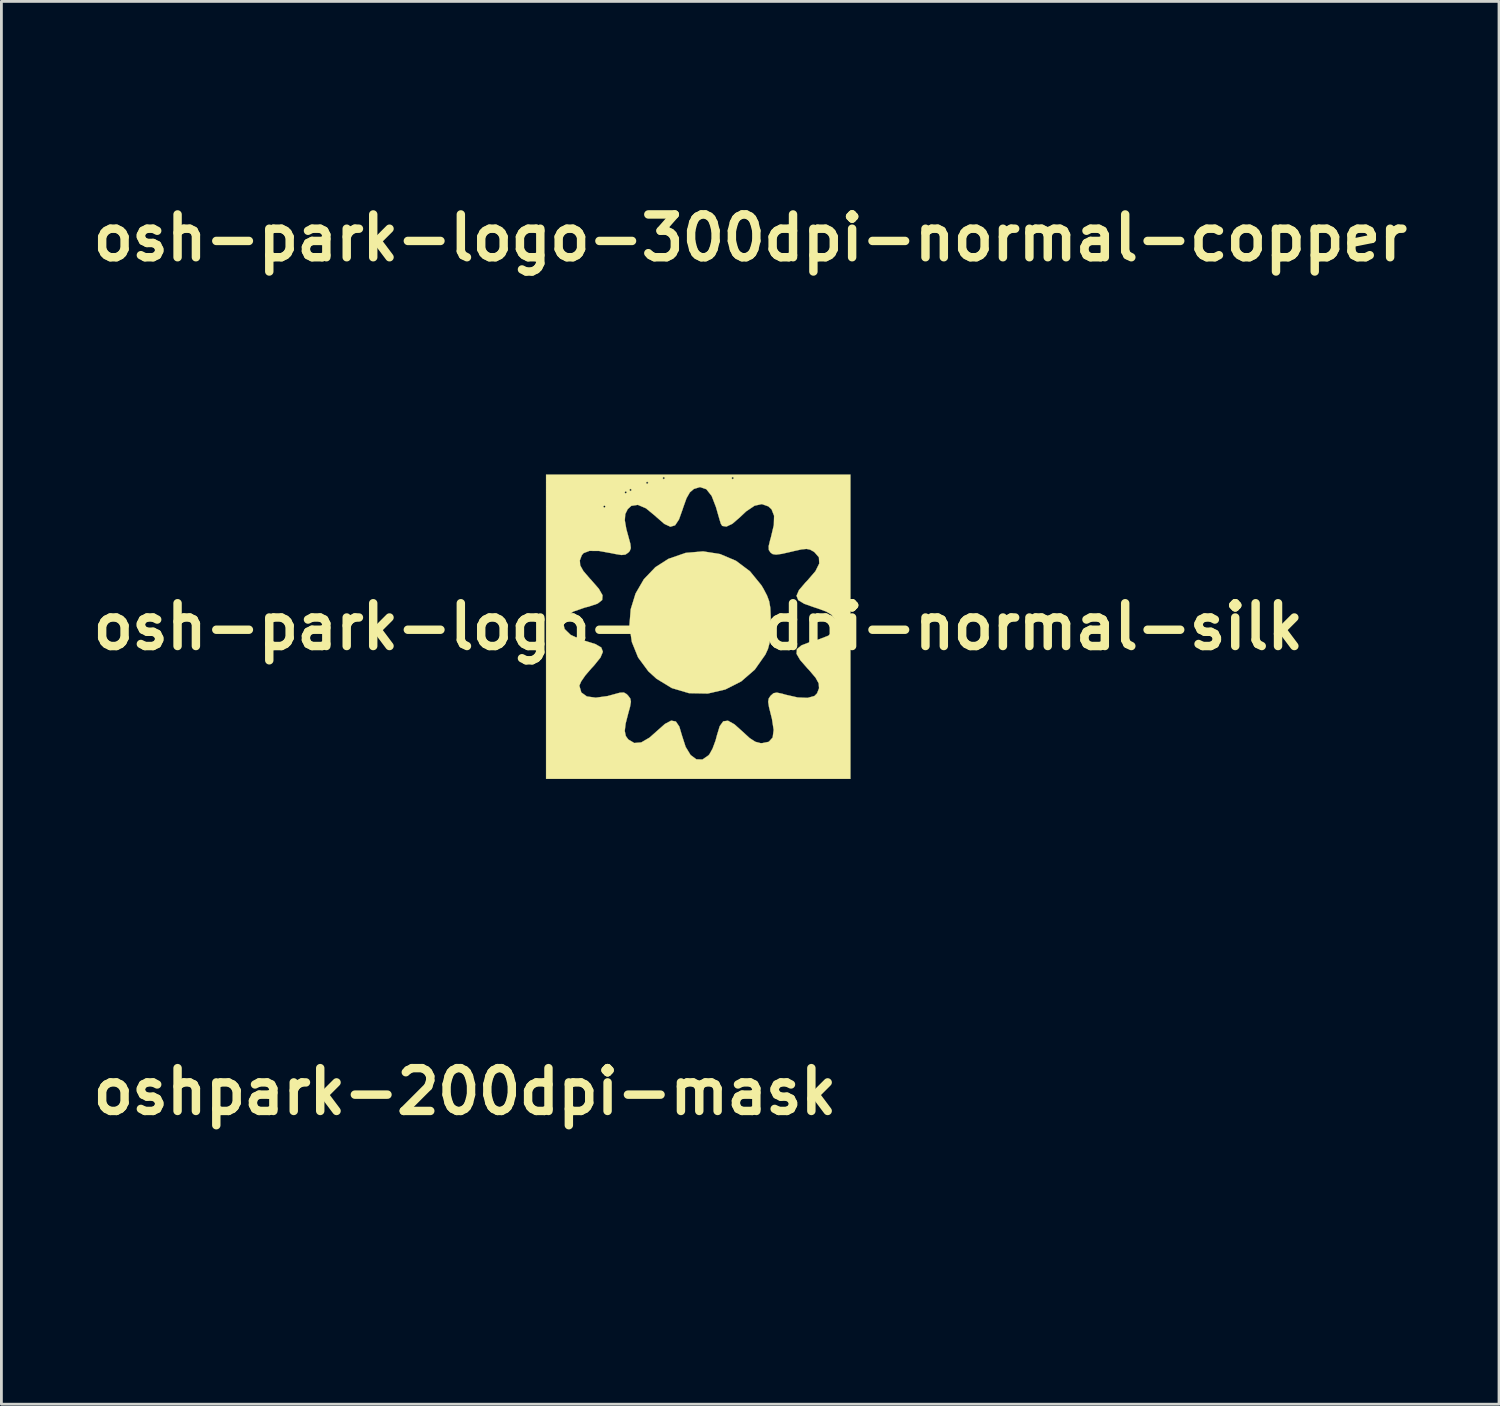
<source format=kicad_pcb>
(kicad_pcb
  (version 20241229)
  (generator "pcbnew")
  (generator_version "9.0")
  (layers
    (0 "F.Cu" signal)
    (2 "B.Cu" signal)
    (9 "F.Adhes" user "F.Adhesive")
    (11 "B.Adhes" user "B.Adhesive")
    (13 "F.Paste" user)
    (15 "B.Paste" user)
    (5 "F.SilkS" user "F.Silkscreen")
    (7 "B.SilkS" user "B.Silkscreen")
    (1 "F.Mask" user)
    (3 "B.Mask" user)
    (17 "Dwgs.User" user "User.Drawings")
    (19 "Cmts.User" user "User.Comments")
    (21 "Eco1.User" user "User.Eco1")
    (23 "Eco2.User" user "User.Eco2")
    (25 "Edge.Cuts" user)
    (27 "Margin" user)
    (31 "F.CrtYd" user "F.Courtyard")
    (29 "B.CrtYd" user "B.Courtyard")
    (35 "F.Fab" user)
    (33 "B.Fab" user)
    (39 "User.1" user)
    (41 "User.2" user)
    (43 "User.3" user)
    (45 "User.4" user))
  (footprint "osh-park-logo-300dpi-normal-silk"
    (layer "F.Cu")
    (at 21.815 19.266)
    (property "Reference" "osh-park-logo-300dpi-normal-silk" (at 0 0 0) (layer "F.SilkS") (effects (font (size 1.524 1.524) (thickness 0.3))))
    (attr through_hole)
    (fp_poly (pts (xy 0.779 -2.585) (xy 1.343 -2.346) (xy 1.842 -1.972) (xy 2.25 -1.472) (xy 2.32 -1.355) (xy 2.448 -1.112) (xy 2.526 -0.904) (xy 2.566 -0.673) (xy 2.58 -0.363) (xy 2.582 -0.127) (xy 2.573 0.279) (xy 2.543 0.57) (xy 2.481 0.797) (xy 2.391 0.993) (xy 2.013 1.531) (xy 1.529 1.95) (xy 0.964 2.237) (xy 0.341 2.381) (xy -0.313 2.369) (xy -0.345 2.364) (xy -0.941 2.187) (xy -1.487 1.854) (xy -1.776 1.591) (xy -2.141 1.097) (xy -2.364 0.547) (xy -2.451 -0.035) (xy -2.405 -0.619) (xy -2.232 -1.18) (xy -1.937 -1.689) (xy -1.524 -2.12) (xy -1.062 -2.415) (xy -0.449 -2.627) (xy 0.173 -2.681) (xy 0.779 -2.585)) (stroke (width 0.01) (type solid)) (fill yes) (layer "F.SilkS"))
    (fp_poly (pts (xy 5.419 5.419) (xy -5.419 5.419) (xy -5.419 -0.135) (xy -4.812 -0.135) (xy -4.758 0.084) (xy -4.548 0.289) (xy -4.183 0.461) (xy -4.022 0.509) (xy -3.66 0.621) (xy -3.453 0.742) (xy -3.396 0.895) (xy -3.483 1.101) (xy -3.71 1.382) (xy -3.81 1.49) (xy -4.019 1.733) (xy -4.17 1.951) (xy -4.233 2.099) (xy -4.233 2.106) (xy -4.164 2.343) (xy -3.966 2.485) (xy -3.65 2.529) (xy -3.231 2.472) (xy -3.034 2.418) (xy -2.791 2.352) (xy -2.648 2.345) (xy -2.548 2.403) (xy -2.497 2.456) (xy -2.42 2.559) (xy -2.398 2.674) (xy -2.429 2.855) (xy -2.49 3.076) (xy -2.587 3.454) (xy -2.617 3.713) (xy -2.58 3.893) (xy -2.492 4.016) (xy -2.278 4.143) (xy -2.029 4.122) (xy -1.734 3.95) (xy -1.484 3.728) (xy -1.186 3.464) (xy -0.963 3.346) (xy -0.797 3.377) (xy -0.674 3.558) (xy -0.582 3.869) (xy -0.449 4.281) (xy -0.273 4.57) (xy -0.069 4.723) (xy 0.148 4.731) (xy 0.363 4.584) (xy 0.402 4.538) (xy 0.512 4.338) (xy 0.618 4.051) (xy 0.666 3.869) (xy 0.765 3.543) (xy 0.89 3.371) (xy 1.059 3.349) (xy 1.287 3.476) (xy 1.569 3.728) (xy 1.831 3.968) (xy 2.033 4.099) (xy 2.216 4.147) (xy 2.269 4.149) (xy 2.512 4.1) (xy 2.65 3.947) (xy 2.686 3.678) (xy 2.625 3.282) (xy 2.594 3.16) (xy 2.519 2.859) (xy 2.491 2.675) (xy 2.51 2.558) (xy 2.574 2.464) (xy 2.582 2.455) (xy 2.681 2.369) (xy 2.799 2.348) (xy 2.994 2.389) (xy 3.108 2.423) (xy 3.542 2.521) (xy 3.893 2.536) (xy 4.138 2.469) (xy 4.23 2.376) (xy 4.302 2.192) (xy 4.289 2.018) (xy 4.179 1.818) (xy 3.956 1.555) (xy 3.887 1.482) (xy 3.629 1.187) (xy 3.501 0.967) (xy 3.513 0.801) (xy 3.671 0.668) (xy 3.984 0.546) (xy 4.258 0.466) (xy 4.632 0.322) (xy 4.845 0.137) (xy 4.9 -0.094) (xy 4.843 -0.293) (xy 4.743 -0.425) (xy 4.555 -0.539) (xy 4.242 -0.654) (xy 4.155 -0.681) (xy 3.778 -0.813) (xy 3.561 -0.945) (xy 3.5 -1.1) (xy 3.587 -1.301) (xy 3.816 -1.57) (xy 3.886 -1.642) (xy 4.173 -1.975) (xy 4.309 -2.248) (xy 4.297 -2.47) (xy 4.139 -2.652) (xy 4.107 -2.674) (xy 3.984 -2.743) (xy 3.857 -2.769) (xy 3.678 -2.752) (xy 3.397 -2.69) (xy 3.295 -2.665) (xy 2.973 -2.592) (xy 2.772 -2.566) (xy 2.651 -2.584) (xy 2.577 -2.636) (xy 2.513 -2.731) (xy 2.508 -2.867) (xy 2.563 -3.095) (xy 2.585 -3.168) (xy 2.692 -3.619) (xy 2.701 -3.95) (xy 2.611 -4.179) (xy 2.497 -4.284) (xy 2.265 -4.365) (xy 2.007 -4.308) (xy 1.709 -4.108) (xy 1.476 -3.889) (xy 1.219 -3.667) (xy 1.004 -3.564) (xy 0.854 -3.588) (xy 0.806 -3.662) (xy 0.764 -3.797) (xy 0.695 -4.036) (xy 0.632 -4.257) (xy 0.478 -4.656) (xy 0.288 -4.895) (xy 0.063 -4.971) (xy -0.156 -4.904) (xy -0.299 -4.782) (xy -0.419 -4.572) (xy -0.539 -4.235) (xy -0.553 -4.189) (xy -0.686 -3.818) (xy -0.825 -3.609) (xy -0.992 -3.559) (xy -1.208 -3.66) (xy -1.495 -3.909) (xy -1.527 -3.94) (xy -1.863 -4.216) (xy -2.15 -4.338) (xy -2.383 -4.303) (xy -2.512 -4.185) (xy -2.599 -4.009) (xy -2.615 -3.786) (xy -2.561 -3.476) (xy -2.491 -3.221) (xy -2.419 -2.956) (xy -2.401 -2.798) (xy -2.438 -2.697) (xy -2.488 -2.64) (xy -2.592 -2.567) (xy -2.735 -2.552) (xy -2.971 -2.591) (xy -3.052 -2.609) (xy -3.532 -2.696) (xy -3.874 -2.699) (xy -4.085 -2.619) (xy -4.146 -2.546) (xy -4.217 -2.36) (xy -4.204 -2.185) (xy -4.092 -1.983) (xy -3.866 -1.719) (xy -3.81 -1.659) (xy -3.539 -1.348) (xy -3.408 -1.118) (xy -3.421 -0.95) (xy -3.583 -0.822) (xy -3.899 -0.715) (xy -4.034 -0.682) (xy -4.45 -0.538) (xy -4.709 -0.349) (xy -4.812 -0.135) (xy -5.419 -0.135) (xy -5.419 -4.276) (xy -3.387 -4.276) (xy -3.344 -4.233) (xy -3.302 -4.276) (xy -3.344 -4.318) (xy -3.387 -4.276) (xy -5.419 -4.276) (xy -5.419 -4.784) (xy -2.625 -4.784) (xy -2.582 -4.741) (xy -2.54 -4.784) (xy -2.582 -4.826) (xy -2.625 -4.784) (xy -5.419 -4.784) (xy -5.419 -4.868) (xy -2.455 -4.868) (xy -2.413 -4.826) (xy -2.371 -4.868) (xy -2.413 -4.911) (xy -2.455 -4.868) (xy -5.419 -4.868) (xy -5.419 -5.122) (xy -1.863 -5.122) (xy -1.82 -5.08) (xy -1.778 -5.122) (xy -1.82 -5.165) (xy -1.863 -5.122) (xy -5.419 -5.122) (xy -5.419 -5.292) (xy -1.27 -5.292) (xy -1.228 -5.249) (xy -1.185 -5.292) (xy 1.185 -5.292) (xy 1.228 -5.249) (xy 1.27 -5.292) (xy 1.228 -5.334) (xy 1.185 -5.292) (xy -1.185 -5.292) (xy -1.228 -5.334) (xy -1.27 -5.292) (xy -5.419 -5.292) (xy -5.419 -5.416) (xy 0 -5.416) (xy 5.419 -5.416) (xy 5.419 5.419)) (stroke (width 0.01) (type solid)) (fill yes) (layer "F.SilkS")))
  (footprint "osh-park-logo-300dpi-normal-copper"
    (layer "F.Cu")
    (at 23.666 5.421)
    (property "Reference" "osh-park-logo-300dpi-normal-copper" (at 0 0 0) (layer "F.SilkS") (effects (font (size 1.524 1.524) (thickness 0.3))))
    (attr through_hole)
    (fp_poly (pts (xy 0.779 -2.585) (xy 1.343 -2.346) (xy 1.842 -1.972) (xy 2.25 -1.472) (xy 2.32 -1.355) (xy 2.448 -1.112) (xy 2.526 -0.904) (xy 2.566 -0.673) (xy 2.58 -0.363) (xy 2.582 -0.127) (xy 2.573 0.279) (xy 2.543 0.57) (xy 2.481 0.797) (xy 2.391 0.993) (xy 2.013 1.531) (xy 1.529 1.95) (xy 0.964 2.237) (xy 0.341 2.381) (xy -0.313 2.369) (xy -0.345 2.364) (xy -0.941 2.187) (xy -1.487 1.854) (xy -1.776 1.591) (xy -2.141 1.097) (xy -2.364 0.547) (xy -2.451 -0.035) (xy -2.405 -0.619) (xy -2.232 -1.18) (xy -1.937 -1.689) (xy -1.524 -2.12) (xy -1.062 -2.415) (xy -0.449 -2.627) (xy 0.173 -2.681) (xy 0.779 -2.585)) (stroke (width 0.01) (type solid)) (fill yes) (layer "F.Mask"))
    (fp_poly (pts (xy 5.419 5.419) (xy -5.419 5.419) (xy -5.419 -0.135) (xy -4.812 -0.135) (xy -4.758 0.084) (xy -4.548 0.289) (xy -4.183 0.461) (xy -4.022 0.509) (xy -3.66 0.621) (xy -3.453 0.742) (xy -3.396 0.895) (xy -3.483 1.101) (xy -3.71 1.382) (xy -3.81 1.49) (xy -4.019 1.733) (xy -4.17 1.951) (xy -4.233 2.099) (xy -4.233 2.106) (xy -4.164 2.343) (xy -3.966 2.485) (xy -3.65 2.529) (xy -3.231 2.472) (xy -3.034 2.418) (xy -2.791 2.352) (xy -2.648 2.345) (xy -2.548 2.403) (xy -2.497 2.456) (xy -2.42 2.559) (xy -2.398 2.674) (xy -2.429 2.855) (xy -2.49 3.076) (xy -2.587 3.454) (xy -2.617 3.713) (xy -2.58 3.893) (xy -2.492 4.016) (xy -2.278 4.143) (xy -2.029 4.122) (xy -1.734 3.95) (xy -1.484 3.728) (xy -1.186 3.464) (xy -0.963 3.346) (xy -0.797 3.377) (xy -0.674 3.558) (xy -0.582 3.869) (xy -0.449 4.281) (xy -0.273 4.57) (xy -0.069 4.723) (xy 0.148 4.731) (xy 0.363 4.584) (xy 0.402 4.538) (xy 0.512 4.338) (xy 0.618 4.051) (xy 0.666 3.869) (xy 0.765 3.543) (xy 0.89 3.371) (xy 1.059 3.349) (xy 1.287 3.476) (xy 1.569 3.728) (xy 1.831 3.968) (xy 2.033 4.099) (xy 2.216 4.147) (xy 2.269 4.149) (xy 2.512 4.1) (xy 2.65 3.947) (xy 2.686 3.678) (xy 2.625 3.282) (xy 2.594 3.16) (xy 2.519 2.859) (xy 2.491 2.675) (xy 2.51 2.558) (xy 2.574 2.464) (xy 2.582 2.455) (xy 2.681 2.369) (xy 2.799 2.348) (xy 2.994 2.389) (xy 3.108 2.423) (xy 3.542 2.521) (xy 3.893 2.536) (xy 4.138 2.469) (xy 4.23 2.376) (xy 4.302 2.192) (xy 4.289 2.018) (xy 4.179 1.818) (xy 3.956 1.555) (xy 3.887 1.482) (xy 3.629 1.187) (xy 3.501 0.967) (xy 3.513 0.801) (xy 3.671 0.668) (xy 3.984 0.546) (xy 4.258 0.466) (xy 4.632 0.322) (xy 4.845 0.137) (xy 4.9 -0.094) (xy 4.843 -0.293) (xy 4.743 -0.425) (xy 4.555 -0.539) (xy 4.242 -0.654) (xy 4.155 -0.681) (xy 3.778 -0.813) (xy 3.561 -0.945) (xy 3.5 -1.1) (xy 3.587 -1.301) (xy 3.816 -1.57) (xy 3.886 -1.642) (xy 4.173 -1.975) (xy 4.309 -2.248) (xy 4.297 -2.47) (xy 4.139 -2.652) (xy 4.107 -2.674) (xy 3.984 -2.743) (xy 3.857 -2.769) (xy 3.678 -2.752) (xy 3.397 -2.69) (xy 3.295 -2.665) (xy 2.973 -2.592) (xy 2.772 -2.566) (xy 2.651 -2.584) (xy 2.577 -2.636) (xy 2.513 -2.731) (xy 2.508 -2.867) (xy 2.563 -3.095) (xy 2.585 -3.168) (xy 2.692 -3.619) (xy 2.701 -3.95) (xy 2.611 -4.179) (xy 2.497 -4.284) (xy 2.265 -4.365) (xy 2.007 -4.308) (xy 1.709 -4.108) (xy 1.476 -3.889) (xy 1.219 -3.667) (xy 1.004 -3.564) (xy 0.854 -3.588) (xy 0.806 -3.662) (xy 0.764 -3.797) (xy 0.695 -4.036) (xy 0.632 -4.257) (xy 0.478 -4.656) (xy 0.288 -4.895) (xy 0.063 -4.971) (xy -0.156 -4.904) (xy -0.299 -4.782) (xy -0.419 -4.572) (xy -0.539 -4.235) (xy -0.553 -4.189) (xy -0.686 -3.818) (xy -0.825 -3.609) (xy -0.992 -3.559) (xy -1.208 -3.66) (xy -1.495 -3.909) (xy -1.527 -3.94) (xy -1.863 -4.216) (xy -2.15 -4.338) (xy -2.383 -4.303) (xy -2.512 -4.185) (xy -2.599 -4.009) (xy -2.615 -3.786) (xy -2.561 -3.476) (xy -2.491 -3.221) (xy -2.419 -2.956) (xy -2.401 -2.798) (xy -2.438 -2.697) (xy -2.488 -2.64) (xy -2.592 -2.567) (xy -2.735 -2.552) (xy -2.971 -2.591) (xy -3.052 -2.609) (xy -3.532 -2.696) (xy -3.874 -2.699) (xy -4.085 -2.619) (xy -4.146 -2.546) (xy -4.217 -2.36) (xy -4.204 -2.185) (xy -4.092 -1.983) (xy -3.866 -1.719) (xy -3.81 -1.659) (xy -3.539 -1.348) (xy -3.408 -1.118) (xy -3.421 -0.95) (xy -3.583 -0.822) (xy -3.899 -0.715) (xy -4.034 -0.682) (xy -4.45 -0.538) (xy -4.709 -0.349) (xy -4.812 -0.135) (xy -5.419 -0.135) (xy -5.419 -4.276) (xy -3.387 -4.276) (xy -3.344 -4.233) (xy -3.302 -4.276) (xy -3.344 -4.318) (xy -3.387 -4.276) (xy -5.419 -4.276) (xy -5.419 -4.784) (xy -2.625 -4.784) (xy -2.582 -4.741) (xy -2.54 -4.784) (xy -2.582 -4.826) (xy -2.625 -4.784) (xy -5.419 -4.784) (xy -5.419 -4.868) (xy -2.455 -4.868) (xy -2.413 -4.826) (xy -2.371 -4.868) (xy -2.413 -4.911) (xy -2.455 -4.868) (xy -5.419 -4.868) (xy -5.419 -5.122) (xy -1.863 -5.122) (xy -1.82 -5.08) (xy -1.778 -5.122) (xy -1.82 -5.165) (xy -1.863 -5.122) (xy -5.419 -5.122) (xy -5.419 -5.292) (xy -1.27 -5.292) (xy -1.228 -5.249) (xy -1.185 -5.292) (xy 1.185 -5.292) (xy 1.228 -5.249) (xy 1.27 -5.292) (xy 1.228 -5.334) (xy 1.185 -5.292) (xy -1.185 -5.292) (xy -1.228 -5.334) (xy -1.27 -5.292) (xy -5.419 -5.292) (xy -5.419 -5.416) (xy 0 -5.416) (xy 5.419 -5.416) (xy 5.419 5.419)) (stroke (width 0.01) (type solid)) (fill yes) (layer "F.Mask")))
  (footprint "oshpark-200dpi-mask"
    (layer "F.Cu")
    (at 13.506 35.822)
    (property "Reference" "oshpark-200dpi-mask" (at 0 0 0) (layer "F.SilkS") (effects (font (size 1.524 1.524) (thickness 0.3))))
    (attr through_hole)
    (fp_poly (pts (xy 1.124 -3.89) (xy 1.994 -3.563) (xy 2.734 -3.018) (xy 3.344 -2.255) (xy 3.654 -1.675) (xy 3.888 -0.885) (xy 3.929 -0.024) (xy 3.79 0.845) (xy 3.484 1.657) (xy 3.025 2.348) (xy 2.736 2.634) (xy 1.997 3.122) (xy 1.151 3.453) (xy 0.274 3.607) (xy -0.556 3.562) (xy -0.591 3.555) (xy -1.505 3.241) (xy -2.324 2.714) (xy -2.999 2.009) (xy -3.331 1.489) (xy -3.477 1.163) (xy -3.565 0.811) (xy -3.607 0.356) (xy -3.617 -0.191) (xy -3.607 -0.792) (xy -3.564 -1.225) (xy -3.473 -1.573) (xy -3.319 -1.922) (xy -3.306 -1.947) (xy -2.76 -2.755) (xy -2.054 -3.372) (xy -1.209 -3.785) (xy -0.245 -3.982) (xy 0.127 -3.998) (xy 1.124 -3.89)) (stroke (width 0.01) (type solid)) (fill yes) (layer "F.Mask"))
    (fp_poly (pts (xy 8.128 8.128) (xy -8.128 8.128) (xy -8.128 -0.219) (xy -7.245 -0.219) (xy -7.154 0.091) (xy -6.822 0.393) (xy -6.253 0.667) (xy -5.949 0.768) (xy -5.443 0.945) (xy -5.159 1.132) (xy -5.092 1.363) (xy -5.236 1.673) (xy -5.586 2.096) (xy -5.715 2.234) (xy -6.113 2.702) (xy -6.309 3.067) (xy -6.314 3.361) (xy -6.15 3.61) (xy -5.811 3.775) (xy -5.286 3.785) (xy -4.595 3.64) (xy -4.515 3.616) (xy -4.128 3.512) (xy -3.9 3.495) (xy -3.75 3.565) (xy -3.703 3.608) (xy -3.612 3.739) (xy -3.589 3.925) (xy -3.637 4.233) (xy -3.729 4.62) (xy -3.858 5.163) (xy -3.919 5.521) (xy -3.91 5.753) (xy -3.832 5.917) (xy -3.737 6.023) (xy -3.434 6.207) (xy -3.078 6.181) (xy -2.648 5.941) (xy -2.24 5.593) (xy -1.783 5.203) (xy -1.444 5.027) (xy -1.196 5.068) (xy -1.013 5.33) (xy -0.872 5.804) (xy -0.674 6.422) (xy -0.41 6.854) (xy -0.103 7.084) (xy 0.223 7.097) (xy 0.545 6.876) (xy 0.603 6.806) (xy 0.768 6.507) (xy 0.926 6.077) (xy 0.999 5.804) (xy 1.144 5.321) (xy 1.328 5.064) (xy 1.578 5.028) (xy 1.92 5.21) (xy 2.367 5.593) (xy 2.872 6.009) (xy 3.284 6.204) (xy 3.627 6.186) (xy 3.864 6.023) (xy 3.99 5.87) (xy 4.047 5.691) (xy 4.034 5.427) (xy 3.953 5.018) (xy 3.857 4.624) (xy 3.751 4.181) (xy 3.712 3.917) (xy 3.743 3.764) (xy 3.845 3.657) (xy 3.883 3.628) (xy 4.073 3.533) (xy 4.311 3.534) (xy 4.691 3.631) (xy 4.694 3.632) (xy 5.373 3.779) (xy 5.908 3.772) (xy 6.277 3.616) (xy 6.46 3.316) (xy 6.477 3.158) (xy 6.394 2.945) (xy 6.174 2.623) (xy 5.864 2.258) (xy 5.842 2.234) (xy 5.435 1.767) (xy 5.238 1.423) (xy 5.258 1.171) (xy 5.501 0.979) (xy 5.975 0.819) (xy 6.177 0.769) (xy 6.773 0.565) (xy 7.169 0.289) (xy 7.349 -0.038) (xy 7.298 -0.396) (xy 7.207 -0.546) (xy 7.012 -0.689) (xy 6.649 -0.865) (xy 6.193 -1.036) (xy 6.16 -1.047) (xy 5.625 -1.243) (xy 5.324 -1.435) (xy 5.249 -1.662) (xy 5.391 -1.964) (xy 5.74 -2.379) (xy 5.831 -2.477) (xy 6.251 -2.98) (xy 6.454 -3.381) (xy 6.443 -3.703) (xy 6.224 -3.967) (xy 6.161 -4.012) (xy 5.976 -4.115) (xy 5.786 -4.153) (xy 5.517 -4.127) (xy 5.096 -4.035) (xy 4.943 -3.998) (xy 4.463 -3.888) (xy 4.163 -3.848) (xy 3.982 -3.874) (xy 3.861 -3.959) (xy 3.762 -4.101) (xy 3.751 -4.296) (xy 3.827 -4.624) (xy 3.87 -4.769) (xy 4.032 -5.432) (xy 4.052 -5.915) (xy 3.928 -6.253) (xy 3.741 -6.429) (xy 3.468 -6.547) (xy 3.182 -6.524) (xy 2.839 -6.342) (xy 2.394 -5.984) (xy 2.229 -5.834) (xy 1.894 -5.563) (xy 1.602 -5.391) (xy 1.45 -5.355) (xy 1.278 -5.51) (xy 1.085 -5.902) (xy 0.951 -6.277) (xy 0.691 -6.931) (xy 0.415 -7.333) (xy 0.119 -7.486) (xy -0.2 -7.391) (xy -0.374 -7.246) (xy -0.539 -6.993) (xy -0.721 -6.589) (xy -0.884 -6.131) (xy -0.992 -5.716) (xy -1.016 -5.51) (xy -1.124 -5.368) (xy -1.302 -5.304) (xy -1.54 -5.341) (xy -1.854 -5.539) (xy -2.243 -5.882) (xy -2.773 -6.312) (xy -3.215 -6.504) (xy -3.568 -6.458) (xy -3.768 -6.278) (xy -3.893 -6.043) (xy -3.925 -5.757) (xy -3.864 -5.358) (xy -3.733 -4.863) (xy -3.624 -4.457) (xy -3.595 -4.215) (xy -3.645 -4.062) (xy -3.729 -3.964) (xy -3.885 -3.852) (xy -4.097 -3.828) (xy -4.447 -3.885) (xy -4.577 -3.914) (xy -5.298 -4.044) (xy -5.811 -4.049) (xy -6.128 -3.928) (xy -6.219 -3.818) (xy -6.326 -3.539) (xy -6.306 -3.277) (xy -6.137 -2.975) (xy -5.799 -2.578) (xy -5.715 -2.488) (xy -5.309 -2.023) (xy -5.111 -1.68) (xy -5.131 -1.427) (xy -5.374 -1.233) (xy -5.85 -1.065) (xy -6.067 -1.008) (xy -6.703 -0.787) (xy -7.095 -0.517) (xy -7.245 -0.219) (xy -8.128 -0.219) (xy -8.128 -6.413) (xy -5.08 -6.413) (xy -5.016 -6.35) (xy -4.953 -6.413) (xy -5.016 -6.477) (xy -5.08 -6.413) (xy -8.128 -6.413) (xy -8.128 -7.176) (xy -3.937 -7.176) (xy -3.873 -7.112) (xy -3.81 -7.176) (xy -3.873 -7.239) (xy -3.937 -7.176) (xy -8.128 -7.176) (xy -8.128 -7.303) (xy -3.683 -7.303) (xy -3.619 -7.239) (xy -3.556 -7.303) (xy -3.619 -7.366) (xy -3.683 -7.303) (xy -8.128 -7.303) (xy -8.128 -7.684) (xy -2.794 -7.684) (xy -2.731 -7.62) (xy -2.667 -7.684) (xy -2.731 -7.747) (xy -2.794 -7.684) (xy -8.128 -7.684) (xy -8.128 -7.938) (xy -1.905 -7.938) (xy -1.841 -7.874) (xy -1.778 -7.938) (xy 1.778 -7.938) (xy 1.841 -7.874) (xy 1.905 -7.938) (xy 1.841 -8.001) (xy 1.778 -7.938) (xy -1.778 -7.938) (xy -1.841 -8.001) (xy -1.905 -7.938) (xy -8.128 -7.938) (xy -8.128 -8.125) (xy 0 -8.126) (xy 8.128 -8.127) (xy 8.128 8.128)) (stroke (width 0.01) (type solid)) (fill yes) (layer "F.Mask")))
  (gr_rect
    (start -3 -3)
    (end 50.331 46.955)
    (stroke (width 0.1) (type default))
    (fill no)
    (layer "Edge.Cuts")))
</source>
